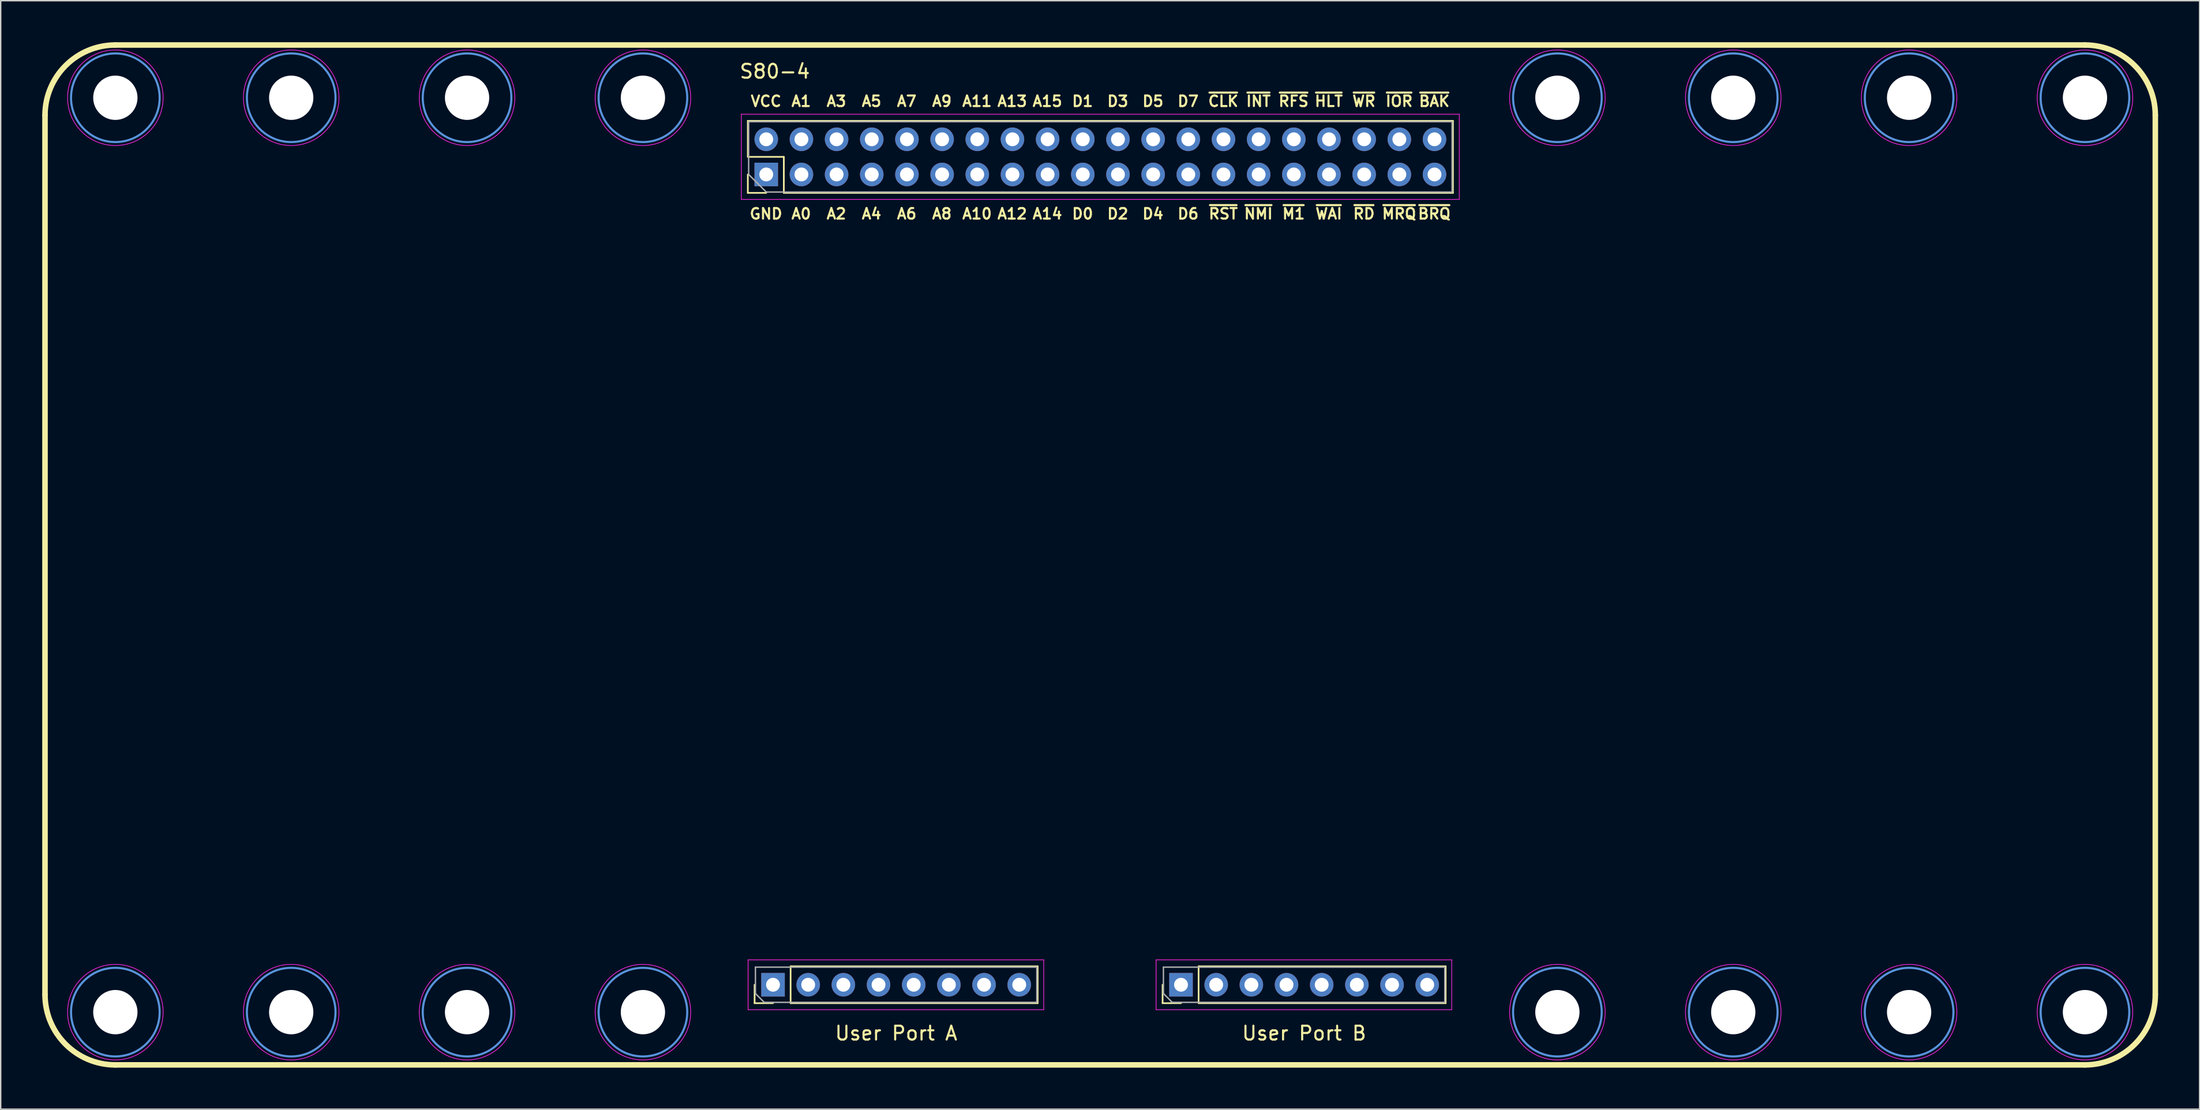
<source format=kicad_pcb>
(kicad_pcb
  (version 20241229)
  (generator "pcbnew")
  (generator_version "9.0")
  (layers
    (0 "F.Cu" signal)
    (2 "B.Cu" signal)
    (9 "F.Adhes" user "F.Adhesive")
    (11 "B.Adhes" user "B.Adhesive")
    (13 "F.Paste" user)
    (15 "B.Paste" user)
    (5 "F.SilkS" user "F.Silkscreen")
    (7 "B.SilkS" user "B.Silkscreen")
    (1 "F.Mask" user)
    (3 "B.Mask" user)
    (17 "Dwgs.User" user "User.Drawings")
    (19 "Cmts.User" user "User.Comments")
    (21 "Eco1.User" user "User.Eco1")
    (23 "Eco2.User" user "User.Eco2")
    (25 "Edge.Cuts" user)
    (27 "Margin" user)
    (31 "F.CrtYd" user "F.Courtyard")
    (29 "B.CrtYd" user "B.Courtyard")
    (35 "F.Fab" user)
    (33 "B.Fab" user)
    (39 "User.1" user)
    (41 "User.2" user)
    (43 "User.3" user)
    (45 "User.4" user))
  (footprint "S80-4"
    (layer "F.Cu")
    (at 76.4 37.03)
    (property "Reference" "S80-4" (at -23.495 -34.925 0) (layer "F.SilkS") (effects (font (size 1 1) (thickness 0.15))))
    (attr through_hole)
    (fp_line (start -76.2 -31.75) (end -76.2 31.75) (stroke (width 0.4) (type solid)) (layer "F.SilkS"))
    (fp_line (start -71.12 -36.83) (end 71.12 -36.83) (stroke (width 0.4) (type solid)) (layer "F.SilkS"))
    (fp_line (start -71.12 36.83) (end 71.12 36.83) (stroke (width 0.4) (type solid)) (layer "F.SilkS"))
    (fp_line (start -25.444 -31.35) (end 25.476 -31.35) (stroke (width 0.12) (type solid)) (layer "F.SilkS"))
    (fp_line (start -25.444 -28.75) (end -25.444 -31.35) (stroke (width 0.12) (type solid)) (layer "F.SilkS"))
    (fp_line (start -25.444 -26.15) (end -25.444 -27.48) (stroke (width 0.12) (type solid)) (layer "F.SilkS"))
    (fp_line (start -24.955 32.372) (end -24.955 31.042) (stroke (width 0.12) (type solid)) (layer "F.SilkS"))
    (fp_line (start -24.114 -26.15) (end -25.444 -26.15) (stroke (width 0.12) (type solid)) (layer "F.SilkS"))
    (fp_line (start -23.625 32.372) (end -24.955 32.372) (stroke (width 0.12) (type solid)) (layer "F.SilkS"))
    (fp_line (start -22.844 -28.75) (end -25.444 -28.75) (stroke (width 0.12) (type solid)) (layer "F.SilkS"))
    (fp_line (start -22.844 -26.15) (end -22.844 -28.75) (stroke (width 0.12) (type solid)) (layer "F.SilkS"))
    (fp_line (start -22.844 -26.15) (end 25.476 -26.15) (stroke (width 0.12) (type solid)) (layer "F.SilkS"))
    (fp_line (start -22.355 29.712) (end -4.515 29.712) (stroke (width 0.12) (type solid)) (layer "F.SilkS"))
    (fp_line (start -22.355 32.372) (end -22.355 29.712) (stroke (width 0.12) (type solid)) (layer "F.SilkS"))
    (fp_line (start -22.355 32.372) (end -4.515 32.372) (stroke (width 0.12) (type solid)) (layer "F.SilkS"))
    (fp_line (start -4.515 32.372) (end -4.515 29.712) (stroke (width 0.12) (type solid)) (layer "F.SilkS"))
    (fp_line (start 4.509 32.372) (end 4.509 31.042) (stroke (width 0.12) (type solid)) (layer "F.SilkS"))
    (fp_line (start 5.839 32.372) (end 4.509 32.372) (stroke (width 0.12) (type solid)) (layer "F.SilkS"))
    (fp_line (start 7.109 29.712) (end 24.949 29.712) (stroke (width 0.12) (type solid)) (layer "F.SilkS"))
    (fp_line (start 7.109 32.372) (end 7.109 29.712) (stroke (width 0.12) (type solid)) (layer "F.SilkS"))
    (fp_line (start 7.109 32.372) (end 24.949 32.372) (stroke (width 0.12) (type solid)) (layer "F.SilkS"))
    (fp_line (start 24.949 32.372) (end 24.949 29.712) (stroke (width 0.12) (type solid)) (layer "F.SilkS"))
    (fp_line (start 25.476 -26.15) (end 25.476 -31.35) (stroke (width 0.12) (type solid)) (layer "F.SilkS"))
    (fp_line (start 76.2 -31.75) (end 76.2 31.75) (stroke (width 0.4) (type solid)) (layer "F.SilkS"))
    (fp_arc (start -76.2 -31.75) (mid -74.712102 -35.342102) (end -71.12 -36.83) (stroke (width 0.4) (type solid)) (layer "F.SilkS"))
    (fp_arc (start -71.12 36.83) (mid -74.712102 35.342102) (end -76.2 31.75) (stroke (width 0.4) (type solid)) (layer "F.SilkS"))
    (fp_arc (start 71.12 -36.83) (mid 74.712102 -35.342102) (end 76.2 -31.75) (stroke (width 0.4) (type solid)) (layer "F.SilkS"))
    (fp_arc (start 76.2 31.75) (mid 74.712102 35.342102) (end 71.12 36.83) (stroke (width 0.4) (type solid)) (layer "F.SilkS"))
    (fp_circle (center -71.12 -33.02) (end -67.92 -33.02) (stroke (width 0.15) (type solid)) (fill no) (layer "Cmts.User"))
    (fp_circle (center -71.12 33.02) (end -67.92 33.02) (stroke (width 0.15) (type solid)) (fill no) (layer "Cmts.User"))
    (fp_circle (center -58.42 -33.02) (end -55.22 -33.02) (stroke (width 0.15) (type solid)) (fill no) (layer "Cmts.User"))
    (fp_circle (center -58.42 33.02) (end -55.22 33.02) (stroke (width 0.15) (type solid)) (fill no) (layer "Cmts.User"))
    (fp_circle (center -45.72 -33.02) (end -42.52 -33.02) (stroke (width 0.15) (type solid)) (fill no) (layer "Cmts.User"))
    (fp_circle (center -45.72 33.02) (end -42.52 33.02) (stroke (width 0.15) (type solid)) (fill no) (layer "Cmts.User"))
    (fp_circle (center -33.02 -33.02) (end -29.82 -33.02) (stroke (width 0.15) (type solid)) (fill no) (layer "Cmts.User"))
    (fp_circle (center -33.02 33.02) (end -29.82 33.02) (stroke (width 0.15) (type solid)) (fill no) (layer "Cmts.User"))
    (fp_circle (center 33.02 -33.02) (end 36.22 -33.02) (stroke (width 0.15) (type solid)) (fill no) (layer "Cmts.User"))
    (fp_circle (center 33.02 33.02) (end 36.22 33.02) (stroke (width 0.15) (type solid)) (fill no) (layer "Cmts.User"))
    (fp_circle (center 45.72 -33.02) (end 48.92 -33.02) (stroke (width 0.15) (type solid)) (fill no) (layer "Cmts.User"))
    (fp_circle (center 45.72 33.02) (end 48.92 33.02) (stroke (width 0.15) (type solid)) (fill no) (layer "Cmts.User"))
    (fp_circle (center 58.42 -33.02) (end 61.62 -33.02) (stroke (width 0.15) (type solid)) (fill no) (layer "Cmts.User"))
    (fp_circle (center 58.42 33.02) (end 61.62 33.02) (stroke (width 0.15) (type solid)) (fill no) (layer "Cmts.User"))
    (fp_circle (center 71.12 -33.02) (end 74.32 -33.02) (stroke (width 0.15) (type solid)) (fill no) (layer "Cmts.User"))
    (fp_circle (center 71.12 33.02) (end 74.32 33.02) (stroke (width 0.15) (type solid)) (fill no) (layer "Cmts.User"))
    (fp_line (start -25.914 -31.83) (end -25.914 -25.68) (stroke (width 0.05) (type solid)) (layer "F.CrtYd"))
    (fp_line (start -25.914 -25.68) (end 25.936 -25.68) (stroke (width 0.05) (type solid)) (layer "F.CrtYd"))
    (fp_line (start -25.425 29.242) (end -25.425 32.842) (stroke (width 0.05) (type solid)) (layer "F.CrtYd"))
    (fp_line (start -25.425 32.842) (end -4.075 32.842) (stroke (width 0.05) (type solid)) (layer "F.CrtYd"))
    (fp_line (start -4.075 29.242) (end -25.425 29.242) (stroke (width 0.05) (type solid)) (layer "F.CrtYd"))
    (fp_line (start -4.075 32.842) (end -4.075 29.242) (stroke (width 0.05) (type solid)) (layer "F.CrtYd"))
    (fp_line (start 4.039 29.242) (end 4.039 32.842) (stroke (width 0.05) (type solid)) (layer "F.CrtYd"))
    (fp_line (start 4.039 32.842) (end 25.389 32.842) (stroke (width 0.05) (type solid)) (layer "F.CrtYd"))
    (fp_line (start 25.389 29.242) (end 4.039 29.242) (stroke (width 0.05) (type solid)) (layer "F.CrtYd"))
    (fp_line (start 25.389 32.842) (end 25.389 29.242) (stroke (width 0.05) (type solid)) (layer "F.CrtYd"))
    (fp_line (start 25.936 -31.83) (end -25.914 -31.83) (stroke (width 0.05) (type solid)) (layer "F.CrtYd"))
    (fp_line (start 25.936 -25.68) (end 25.936 -31.83) (stroke (width 0.05) (type solid)) (layer "F.CrtYd"))
    (fp_circle (center -71.12 -33.02) (end -67.67 -33.02) (stroke (width 0.05) (type solid)) (fill no) (layer "F.CrtYd"))
    (fp_circle (center -71.12 33.02) (end -67.67 33.02) (stroke (width 0.05) (type solid)) (fill no) (layer "F.CrtYd"))
    (fp_circle (center -58.42 -33.02) (end -54.97 -33.02) (stroke (width 0.05) (type solid)) (fill no) (layer "F.CrtYd"))
    (fp_circle (center -58.42 33.02) (end -54.97 33.02) (stroke (width 0.05) (type solid)) (fill no) (layer "F.CrtYd"))
    (fp_circle (center -45.72 -33.02) (end -42.27 -33.02) (stroke (width 0.05) (type solid)) (fill no) (layer "F.CrtYd"))
    (fp_circle (center -45.72 33.02) (end -42.27 33.02) (stroke (width 0.05) (type solid)) (fill no) (layer "F.CrtYd"))
    (fp_circle (center -33.02 -33.02) (end -29.57 -33.02) (stroke (width 0.05) (type solid)) (fill no) (layer "F.CrtYd"))
    (fp_circle (center -33.02 33.02) (end -29.57 33.02) (stroke (width 0.05) (type solid)) (fill no) (layer "F.CrtYd"))
    (fp_circle (center 33.02 -33.02) (end 36.47 -33.02) (stroke (width 0.05) (type solid)) (fill no) (layer "F.CrtYd"))
    (fp_circle (center 33.02 33.02) (end 36.47 33.02) (stroke (width 0.05) (type solid)) (fill no) (layer "F.CrtYd"))
    (fp_circle (center 45.72 -33.02) (end 49.17 -33.02) (stroke (width 0.05) (type solid)) (fill no) (layer "F.CrtYd"))
    (fp_circle (center 45.72 33.02) (end 49.17 33.02) (stroke (width 0.05) (type solid)) (fill no) (layer "F.CrtYd"))
    (fp_circle (center 58.42 -33.02) (end 61.87 -33.02) (stroke (width 0.05) (type solid)) (fill no) (layer "F.CrtYd"))
    (fp_circle (center 58.42 33.02) (end 61.87 33.02) (stroke (width 0.05) (type solid)) (fill no) (layer "F.CrtYd"))
    (fp_circle (center 71.12 -33.02) (end 74.57 -33.02) (stroke (width 0.05) (type solid)) (fill no) (layer "F.CrtYd"))
    (fp_circle (center 71.12 33.02) (end 74.57 33.02) (stroke (width 0.05) (type solid)) (fill no) (layer "F.CrtYd"))
    (fp_line (start -25.384 -31.29) (end 25.416 -31.29) (stroke (width 0.1) (type solid)) (layer "F.Fab"))
    (fp_line (start -25.384 -27.48) (end -25.384 -31.29) (stroke (width 0.1) (type solid)) (layer "F.Fab"))
    (fp_line (start -24.895 29.772) (end -4.575 29.772) (stroke (width 0.1) (type solid)) (layer "F.Fab"))
    (fp_line (start -24.895 31.677) (end -24.895 29.772) (stroke (width 0.1) (type solid)) (layer "F.Fab"))
    (fp_line (start -24.26 32.312) (end -24.895 31.677) (stroke (width 0.1) (type solid)) (layer "F.Fab"))
    (fp_line (start -24.114 -26.21) (end -25.384 -27.48) (stroke (width 0.1) (type solid)) (layer "F.Fab"))
    (fp_line (start -4.575 29.772) (end -4.575 32.312) (stroke (width 0.1) (type solid)) (layer "F.Fab"))
    (fp_line (start -4.575 32.312) (end -24.26 32.312) (stroke (width 0.1) (type solid)) (layer "F.Fab"))
    (fp_line (start 4.569 29.772) (end 24.889 29.772) (stroke (width 0.1) (type solid)) (layer "F.Fab"))
    (fp_line (start 4.569 31.677) (end 4.569 29.772) (stroke (width 0.1) (type solid)) (layer "F.Fab"))
    (fp_line (start 5.204 32.312) (end 4.569 31.677) (stroke (width 0.1) (type solid)) (layer "F.Fab"))
    (fp_line (start 24.889 29.772) (end 24.889 32.312) (stroke (width 0.1) (type solid)) (layer "F.Fab"))
    (fp_line (start 24.889 32.312) (end 5.204 32.312) (stroke (width 0.1) (type solid)) (layer "F.Fab"))
    (fp_line (start 25.416 -31.29) (end 25.416 -26.21) (stroke (width 0.1) (type solid)) (layer "F.Fab"))
    (fp_line (start 25.416 -26.21) (end -24.114 -26.21) (stroke (width 0.1) (type solid)) (layer "F.Fab"))
    (fp_text user "A12" (at -6.35 -24.638 0) (layer "F.SilkS") (effects (font (size 0.762 0.762) (thickness 0.15))))
    (fp_text user "~{IOR}" (at 21.59 -32.766 0) (layer "F.SilkS") (effects (font (size 0.762 0.762) (thickness 0.15))))
    (fp_text user "~{RST}" (at 8.89 -24.638 0) (layer "F.SilkS") (effects (font (size 0.762 0.762) (thickness 0.15))))
    (fp_text user "~{WR}" (at 19.05 -32.766 0) (layer "F.SilkS") (effects (font (size 0.762 0.762) (thickness 0.15))))
    (fp_text user "D5" (at 3.81 -32.766 0) (layer "F.SilkS") (effects (font (size 0.762 0.762) (thickness 0.15))))
    (fp_text user "GND" (at -24.13 -24.638 0) (layer "F.SilkS") (effects (font (size 0.762 0.762) (thickness 0.15))))
    (fp_text user "User Port A" (at -14.732 34.544 0) (layer "F.SilkS") (effects (font (size 1 1) (thickness 0.15))))
    (fp_text user "D3" (at 1.27 -32.766 0) (layer "F.SilkS") (effects (font (size 0.762 0.762) (thickness 0.15))))
    (fp_text user "D1" (at -1.27 -32.766 0) (layer "F.SilkS") (effects (font (size 0.762 0.762) (thickness 0.15))))
    (fp_text user "VCC" (at -24.13 -32.766 0) (layer "F.SilkS") (effects (font (size 0.762 0.762) (thickness 0.15))))
    (fp_text user "A14" (at -3.81 -24.638 0) (layer "F.SilkS") (effects (font (size 0.762 0.762) (thickness 0.15))))
    (fp_text user "~{INT}" (at 11.43 -32.766 0) (layer "F.SilkS") (effects (font (size 0.762 0.762) (thickness 0.15))))
    (fp_text user "A4" (at -16.51 -24.638 0) (layer "F.SilkS") (effects (font (size 0.762 0.762) (thickness 0.15))))
    (fp_text user "~{WAI}" (at 16.51 -24.638 0) (layer "F.SilkS") (effects (font (size 0.762 0.762) (thickness 0.15))))
    (fp_text user "A5" (at -16.51 -32.766 0) (layer "F.SilkS") (effects (font (size 0.762 0.762) (thickness 0.15))))
    (fp_text user "~{RFS}" (at 13.97 -32.766 0) (layer "F.SilkS") (effects (font (size 0.762 0.762) (thickness 0.15))))
    (fp_text user "~{HLT}" (at 16.51 -32.766 0) (layer "F.SilkS") (effects (font (size 0.762 0.762) (thickness 0.15))))
    (fp_text user "~{MRQ}" (at 21.59 -24.638 0) (layer "F.SilkS") (effects (font (size 0.762 0.762) (thickness 0.15))))
    (fp_text user "A2" (at -19.05 -24.638 0) (layer "F.SilkS") (effects (font (size 0.762 0.762) (thickness 0.15))))
    (fp_text user "~{NMI}" (at 11.43 -24.638 0) (layer "F.SilkS") (effects (font (size 0.762 0.762) (thickness 0.15))))
    (fp_text user "D2" (at 1.27 -24.638 0) (layer "F.SilkS") (effects (font (size 0.762 0.762) (thickness 0.15))))
    (fp_text user "~{BAK}" (at 24.13 -32.766 0) (layer "F.SilkS") (effects (font (size 0.762 0.762) (thickness 0.15))))
    (fp_text user "User Port B" (at 14.732 34.544 0) (layer "F.SilkS") (effects (font (size 1 1) (thickness 0.15))))
    (fp_text user "A0" (at -21.59 -24.638 0) (layer "F.SilkS") (effects (font (size 0.762 0.762) (thickness 0.15))))
    (fp_text user "A10" (at -8.89 -24.638 0) (layer "F.SilkS") (effects (font (size 0.762 0.762) (thickness 0.15))))
    (fp_text user "A3" (at -19.05 -32.766 0) (layer "F.SilkS") (effects (font (size 0.762 0.762) (thickness 0.15))))
    (fp_text user "A6" (at -13.97 -24.638 0) (layer "F.SilkS") (effects (font (size 0.762 0.762) (thickness 0.15))))
    (fp_text user "A11" (at -8.89 -32.766 0) (layer "F.SilkS") (effects (font (size 0.762 0.762) (thickness 0.15))))
    (fp_text user "A7" (at -13.97 -32.766 0) (layer "F.SilkS") (effects (font (size 0.762 0.762) (thickness 0.15))))
    (fp_text user "A15" (at -3.81 -32.766 0) (layer "F.SilkS") (effects (font (size 0.762 0.762) (thickness 0.15))))
    (fp_text user "~{CLK}" (at 8.89 -32.766 0) (layer "F.SilkS") (effects (font (size 0.762 0.762) (thickness 0.15))))
    (fp_text user "A1" (at -21.59 -32.766 0) (layer "F.SilkS") (effects (font (size 0.762 0.762) (thickness 0.15))))
    (fp_text user "~{M1}" (at 13.97 -24.638 0) (layer "F.SilkS") (effects (font (size 0.762 0.762) (thickness 0.15))))
    (fp_text user "A9" (at -11.43 -32.766 0) (layer "F.SilkS") (effects (font (size 0.762 0.762) (thickness 0.15))))
    (fp_text user "A8" (at -11.43 -24.638 0) (layer "F.SilkS") (effects (font (size 0.762 0.762) (thickness 0.15))))
    (fp_text user "~{RD}" (at 19.05 -24.638 0) (layer "F.SilkS") (effects (font (size 0.762 0.762) (thickness 0.15))))
    (fp_text user "A13" (at -6.35 -32.766 0) (layer "F.SilkS") (effects (font (size 0.762 0.762) (thickness 0.15))))
    (fp_text user "D0" (at -1.27 -24.638 0) (layer "F.SilkS") (effects (font (size 0.762 0.762) (thickness 0.15))))
    (fp_text user "D4" (at 3.81 -24.638 0) (layer "F.SilkS") (effects (font (size 0.762 0.762) (thickness 0.15))))
    (fp_text user "~{BRQ}" (at 24.13 -24.638 0) (layer "F.SilkS") (effects (font (size 0.762 0.762) (thickness 0.15))))
    (fp_text user "D7" (at 6.35 -32.766 0) (layer "F.SilkS") (effects (font (size 0.762 0.762) (thickness 0.15))))
    (fp_text user "D6" (at 6.35 -24.638 0) (layer "F.SilkS") (effects (font (size 0.762 0.762) (thickness 0.15))))
    (pad "" np_thru_hole circle (at -71.12 -33.02) (size 3.2 3.2) (drill 3.2) (layers "*.Cu" "*.Mask"))
    (pad "" np_thru_hole circle (at -71.12 33.02) (size 3.2 3.2) (drill 3.2) (layers "*.Cu" "*.Mask"))
    (pad "" np_thru_hole circle (at -58.42 -33.02) (size 3.2 3.2) (drill 3.2) (layers "*.Cu" "*.Mask"))
    (pad "" np_thru_hole circle (at -58.42 33.02) (size 3.2 3.2) (drill 3.2) (layers "*.Cu" "*.Mask"))
    (pad "" np_thru_hole circle (at -45.72 -33.02) (size 3.2 3.2) (drill 3.2) (layers "*.Cu" "*.Mask"))
    (pad "" np_thru_hole circle (at -45.72 33.02) (size 3.2 3.2) (drill 3.2) (layers "*.Cu" "*.Mask"))
    (pad "" np_thru_hole circle (at -33.02 -33.02) (size 3.2 3.2) (drill 3.2) (layers "*.Cu" "*.Mask"))
    (pad "" np_thru_hole circle (at -33.02 33.02) (size 3.2 3.2) (drill 3.2) (layers "*.Cu" "*.Mask"))
    (pad "" np_thru_hole circle (at 33.02 -33.02) (size 3.2 3.2) (drill 3.2) (layers "*.Cu" "*.Mask"))
    (pad "" np_thru_hole circle (at 33.02 33.02) (size 3.2 3.2) (drill 3.2) (layers "*.Cu" "*.Mask"))
    (pad "" np_thru_hole circle (at 45.72 -33.02) (size 3.2 3.2) (drill 3.2) (layers "*.Cu" "*.Mask"))
    (pad "" np_thru_hole circle (at 45.72 33.02) (size 3.2 3.2) (drill 3.2) (layers "*.Cu" "*.Mask"))
    (pad "" np_thru_hole circle (at 58.42 -33.02) (size 3.2 3.2) (drill 3.2) (layers "*.Cu" "*.Mask"))
    (pad "" np_thru_hole circle (at 58.42 33.02) (size 3.2 3.2) (drill 3.2) (layers "*.Cu" "*.Mask"))
    (pad "" np_thru_hole circle (at 71.12 -33.02) (size 3.2 3.2) (drill 3.2) (layers "*.Cu" "*.Mask"))
    (pad "" np_thru_hole circle (at 71.12 33.02) (size 3.2 3.2) (drill 3.2) (layers "*.Cu" "*.Mask"))
    (pad "1" thru_hole rect (at -24.114 -27.48 90) (size 1.7 1.7) (drill 1) (layers "*.Cu" "*.Mask"))
    (pad "2" thru_hole oval (at -24.114 -30.02 90) (size 1.7 1.7) (drill 1) (layers "*.Cu" "*.Mask"))
    (pad "3" thru_hole oval (at -21.574 -27.48 90) (size 1.7 1.7) (drill 1) (layers "*.Cu" "*.Mask"))
    (pad "4" thru_hole oval (at -21.574 -30.02 90) (size 1.7 1.7) (drill 1) (layers "*.Cu" "*.Mask"))
    (pad "5" thru_hole oval (at -19.034 -27.48 90) (size 1.7 1.7) (drill 1) (layers "*.Cu" "*.Mask"))
    (pad "6" thru_hole oval (at -19.034 -30.02 90) (size 1.7 1.7) (drill 1) (layers "*.Cu" "*.Mask"))
    (pad "7" thru_hole oval (at -16.494 -27.48 90) (size 1.7 1.7) (drill 1) (layers "*.Cu" "*.Mask"))
    (pad "8" thru_hole oval (at -16.494 -30.02 90) (size 1.7 1.7) (drill 1) (layers "*.Cu" "*.Mask"))
    (pad "9" thru_hole oval (at -13.954 -27.48 90) (size 1.7 1.7) (drill 1) (layers "*.Cu" "*.Mask"))
    (pad "10" thru_hole oval (at -13.954 -30.02 90) (size 1.7 1.7) (drill 1) (layers "*.Cu" "*.Mask"))
    (pad "11" thru_hole oval (at -11.414 -27.48 90) (size 1.7 1.7) (drill 1) (layers "*.Cu" "*.Mask"))
    (pad "12" thru_hole oval (at -11.414 -30.02 90) (size 1.7 1.7) (drill 1) (layers "*.Cu" "*.Mask"))
    (pad "13" thru_hole oval (at -8.874 -27.48 90) (size 1.7 1.7) (drill 1) (layers "*.Cu" "*.Mask"))
    (pad "14" thru_hole oval (at -8.874 -30.02 90) (size 1.7 1.7) (drill 1) (layers "*.Cu" "*.Mask"))
    (pad "15" thru_hole oval (at -6.334 -27.48 90) (size 1.7 1.7) (drill 1) (layers "*.Cu" "*.Mask"))
    (pad "16" thru_hole oval (at -6.334 -30.02 90) (size 1.7 1.7) (drill 1) (layers "*.Cu" "*.Mask"))
    (pad "17" thru_hole oval (at -3.794 -27.48 90) (size 1.7 1.7) (drill 1) (layers "*.Cu" "*.Mask"))
    (pad "18" thru_hole oval (at -3.794 -30.02 90) (size 1.7 1.7) (drill 1) (layers "*.Cu" "*.Mask"))
    (pad "19" thru_hole oval (at -1.254 -27.48 90) (size 1.7 1.7) (drill 1) (layers "*.Cu" "*.Mask"))
    (pad "20" thru_hole oval (at -1.254 -30.02 90) (size 1.7 1.7) (drill 1) (layers "*.Cu" "*.Mask"))
    (pad "21" thru_hole oval (at 1.286 -27.48 90) (size 1.7 1.7) (drill 1) (layers "*.Cu" "*.Mask"))
    (pad "22" thru_hole oval (at 1.286 -30.02 90) (size 1.7 1.7) (drill 1) (layers "*.Cu" "*.Mask"))
    (pad "23" thru_hole oval (at 3.826 -27.48 90) (size 1.7 1.7) (drill 1) (layers "*.Cu" "*.Mask"))
    (pad "24" thru_hole oval (at 3.826 -30.02 90) (size 1.7 1.7) (drill 1) (layers "*.Cu" "*.Mask"))
    (pad "25" thru_hole oval (at 6.366 -27.48 90) (size 1.7 1.7) (drill 1) (layers "*.Cu" "*.Mask"))
    (pad "26" thru_hole oval (at 6.366 -30.02 90) (size 1.7 1.7) (drill 1) (layers "*.Cu" "*.Mask"))
    (pad "27" thru_hole oval (at 8.906 -27.48 90) (size 1.7 1.7) (drill 1) (layers "*.Cu" "*.Mask"))
    (pad "28" thru_hole oval (at 8.906 -30.02 90) (size 1.7 1.7) (drill 1) (layers "*.Cu" "*.Mask"))
    (pad "29" thru_hole oval (at 11.446 -27.48 90) (size 1.7 1.7) (drill 1) (layers "*.Cu" "*.Mask"))
    (pad "30" thru_hole oval (at 11.446 -30.02 90) (size 1.7 1.7) (drill 1) (layers "*.Cu" "*.Mask"))
    (pad "31" thru_hole oval (at 13.986 -27.48 90) (size 1.7 1.7) (drill 1) (layers "*.Cu" "*.Mask"))
    (pad "32" thru_hole oval (at 13.986 -30.02 90) (size 1.7 1.7) (drill 1) (layers "*.Cu" "*.Mask"))
    (pad "33" thru_hole oval (at 16.526 -27.48 90) (size 1.7 1.7) (drill 1) (layers "*.Cu" "*.Mask"))
    (pad "34" thru_hole oval (at 16.526 -30.02 90) (size 1.7 1.7) (drill 1) (layers "*.Cu" "*.Mask"))
    (pad "35" thru_hole oval (at 19.066 -27.48 90) (size 1.7 1.7) (drill 1) (layers "*.Cu" "*.Mask"))
    (pad "36" thru_hole oval (at 19.066 -30.02 90) (size 1.7 1.7) (drill 1) (layers "*.Cu" "*.Mask"))
    (pad "37" thru_hole oval (at 21.606 -27.48 90) (size 1.7 1.7) (drill 1) (layers "*.Cu" "*.Mask"))
    (pad "38" thru_hole oval (at 21.606 -30.02 90) (size 1.7 1.7) (drill 1) (layers "*.Cu" "*.Mask"))
    (pad "39" thru_hole oval (at 24.146 -27.48 90) (size 1.7 1.7) (drill 1) (layers "*.Cu" "*.Mask"))
    (pad "40" thru_hole oval (at 24.146 -30.02 90) (size 1.7 1.7) (drill 1) (layers "*.Cu" "*.Mask"))
    (pad "41" thru_hole rect (at -23.625 31.042 90) (size 1.7 1.7) (drill 1) (layers "*.Cu" "*.Mask"))
    (pad "42" thru_hole oval (at -21.085 31.042 90) (size 1.7 1.7) (drill 1) (layers "*.Cu" "*.Mask"))
    (pad "43" thru_hole oval (at -18.545 31.042 90) (size 1.7 1.7) (drill 1) (layers "*.Cu" "*.Mask"))
    (pad "44" thru_hole oval (at -16.005 31.042 90) (size 1.7 1.7) (drill 1) (layers "*.Cu" "*.Mask"))
    (pad "45" thru_hole oval (at -13.465 31.042 90) (size 1.7 1.7) (drill 1) (layers "*.Cu" "*.Mask"))
    (pad "46" thru_hole oval (at -10.925 31.042 90) (size 1.7 1.7) (drill 1) (layers "*.Cu" "*.Mask"))
    (pad "47" thru_hole oval (at -8.385 31.042 90) (size 1.7 1.7) (drill 1) (layers "*.Cu" "*.Mask"))
    (pad "48" thru_hole oval (at -5.845 31.042 90) (size 1.7 1.7) (drill 1) (layers "*.Cu" "*.Mask"))
    (pad "49" thru_hole rect (at 5.839 31.042 90) (size 1.7 1.7) (drill 1) (layers "*.Cu" "*.Mask"))
    (pad "50" thru_hole oval (at 8.379 31.042 90) (size 1.7 1.7) (drill 1) (layers "*.Cu" "*.Mask"))
    (pad "51" thru_hole oval (at 10.919 31.042 90) (size 1.7 1.7) (drill 1) (layers "*.Cu" "*.Mask"))
    (pad "52" thru_hole oval (at 13.459 31.042 90) (size 1.7 1.7) (drill 1) (layers "*.Cu" "*.Mask"))
    (pad "53" thru_hole oval (at 15.999 31.042 90) (size 1.7 1.7) (drill 1) (layers "*.Cu" "*.Mask"))
    (pad "54" thru_hole oval (at 18.539 31.042 90) (size 1.7 1.7) (drill 1) (layers "*.Cu" "*.Mask"))
    (pad "55" thru_hole oval (at 21.079 31.042 90) (size 1.7 1.7) (drill 1) (layers "*.Cu" "*.Mask"))
    (pad "56" thru_hole oval (at 23.619 31.042 90) (size 1.7 1.7) (drill 1) (layers "*.Cu" "*.Mask")))
  (gr_rect
    (start -3 -3)
    (end 155.8 77.06)
    (stroke (width 0.1) (type default))
    (fill no)
    (layer "Edge.Cuts")))
</source>
